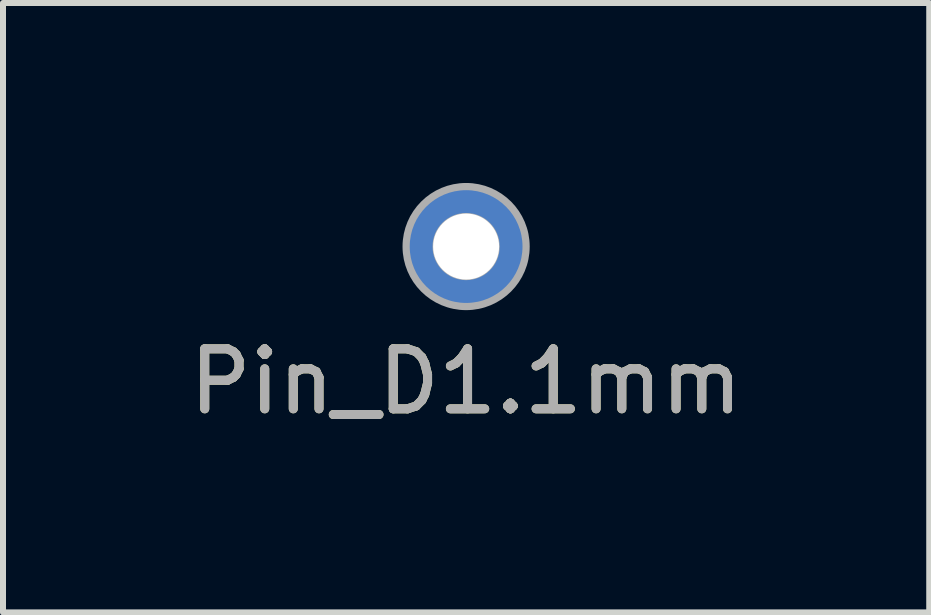
<source format=kicad_pcb>
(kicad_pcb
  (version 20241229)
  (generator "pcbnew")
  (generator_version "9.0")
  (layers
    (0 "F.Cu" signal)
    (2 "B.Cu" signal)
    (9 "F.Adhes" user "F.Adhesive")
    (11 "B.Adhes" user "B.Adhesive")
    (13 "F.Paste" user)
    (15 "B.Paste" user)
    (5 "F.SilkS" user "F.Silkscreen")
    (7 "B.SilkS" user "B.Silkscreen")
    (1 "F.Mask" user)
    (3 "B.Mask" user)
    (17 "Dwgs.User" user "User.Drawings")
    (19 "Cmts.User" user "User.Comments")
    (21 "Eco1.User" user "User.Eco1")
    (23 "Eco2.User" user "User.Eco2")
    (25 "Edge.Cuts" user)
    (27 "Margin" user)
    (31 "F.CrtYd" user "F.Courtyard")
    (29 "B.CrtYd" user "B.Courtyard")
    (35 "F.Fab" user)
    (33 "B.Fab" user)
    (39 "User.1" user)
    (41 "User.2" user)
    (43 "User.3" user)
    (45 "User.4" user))
  (footprint "Pin_D1.1mm"
    (layer "F.Cu")
    (at 4.72 1.06)
    (property "Reference" "Pin_D1.1mm" (at 0 2.25 0) (layer "F.SilkS") (effects (font (size 1 1) (thickness 0.15))))
    (attr through_hole)
    (fp_circle (center 0 0) (end 0.5 0) (stroke (width 0.12) (type solid)) (fill no) (layer "F.Fab"))
    (fp_circle (center 0 0) (end 1 0) (stroke (width 0.12) (type solid)) (fill no) (layer "F.Fab"))
    (fp_text user "${REFERENCE}" (at 0 2.25 0) (layer "F.Fab") (effects (font (size 1 1) (thickness 0.15))))
    (pad "1" thru_hole circle (at 0 0) (size 2 2) (drill 1.1) (layers "*.Cu" "*.Mask")))
  (gr_rect
    (start -3 -3)
    (end 12.44 7.158)
    (stroke (width 0.1) (type default))
    (fill no)
    (layer "Edge.Cuts")))
</source>
